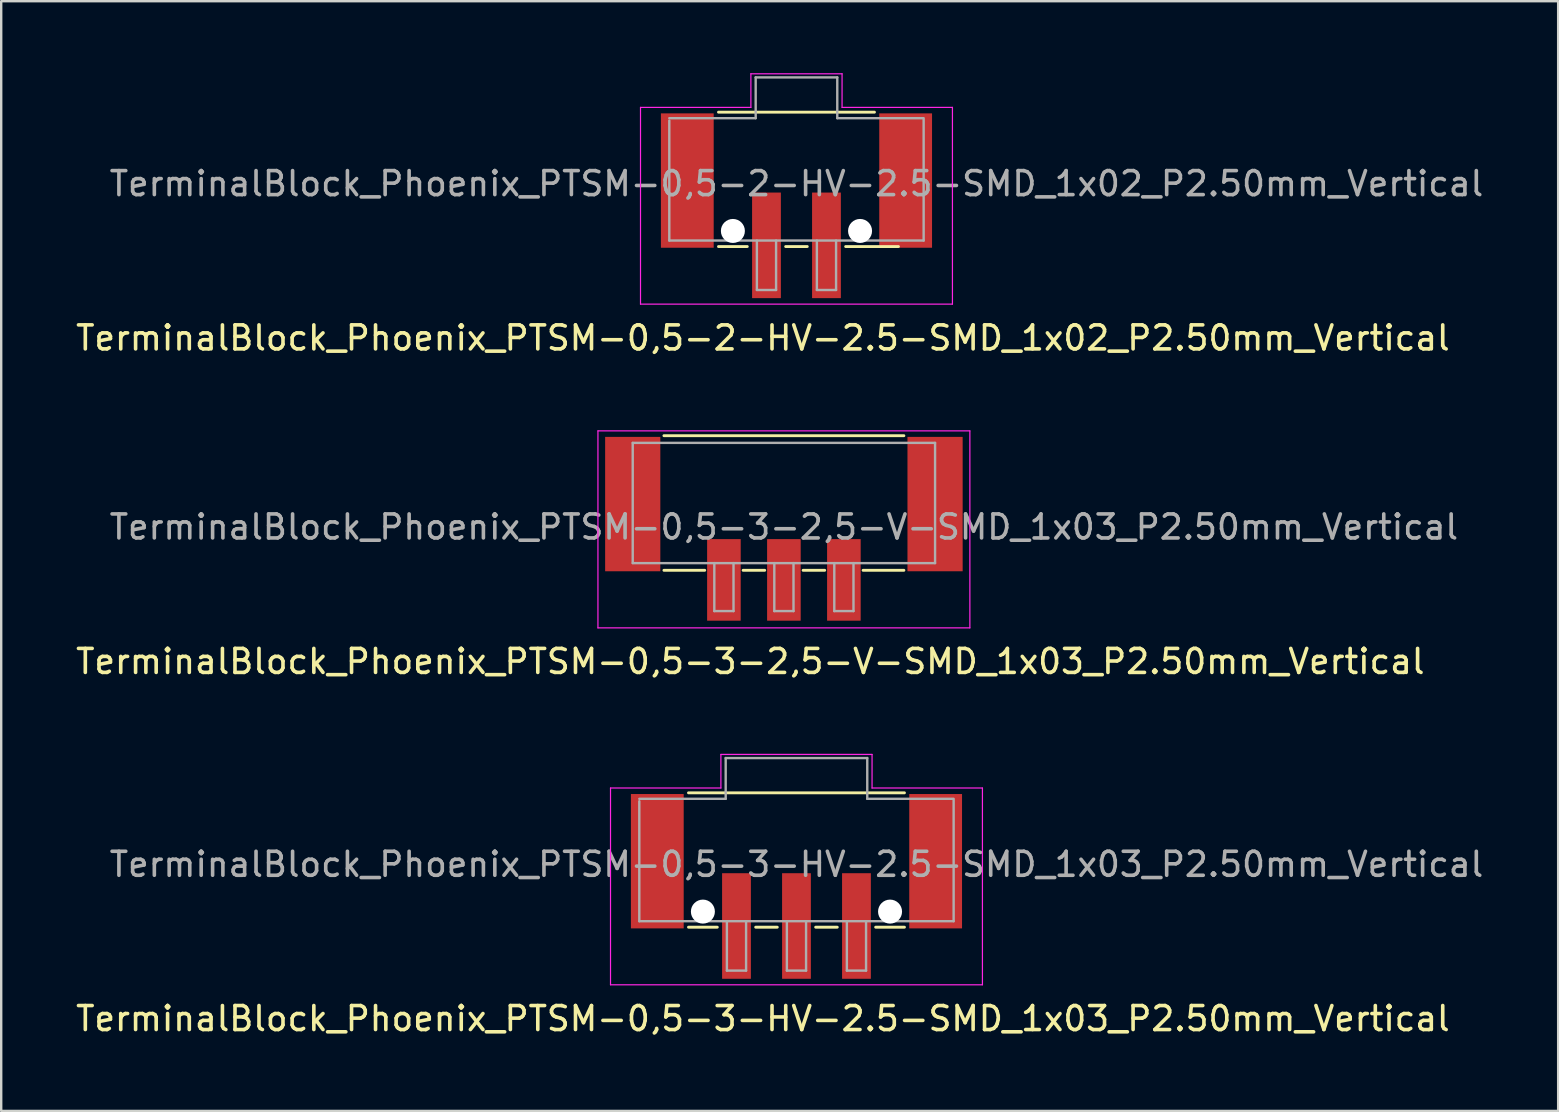
<source format=kicad_pcb>
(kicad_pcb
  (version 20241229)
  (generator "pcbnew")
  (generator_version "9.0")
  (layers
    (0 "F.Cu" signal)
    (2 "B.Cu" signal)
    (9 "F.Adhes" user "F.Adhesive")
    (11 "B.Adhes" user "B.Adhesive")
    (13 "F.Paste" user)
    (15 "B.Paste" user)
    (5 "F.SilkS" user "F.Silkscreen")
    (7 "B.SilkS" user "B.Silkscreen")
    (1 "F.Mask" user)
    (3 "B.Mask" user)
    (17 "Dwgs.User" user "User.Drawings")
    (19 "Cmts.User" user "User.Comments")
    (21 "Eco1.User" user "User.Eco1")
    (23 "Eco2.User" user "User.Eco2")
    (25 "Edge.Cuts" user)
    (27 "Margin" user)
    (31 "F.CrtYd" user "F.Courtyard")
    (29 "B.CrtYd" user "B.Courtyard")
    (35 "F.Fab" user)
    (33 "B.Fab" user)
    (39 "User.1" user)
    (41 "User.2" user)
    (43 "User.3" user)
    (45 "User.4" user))
  (footprint "TerminalBlock_Phoenix_PTSM-0,5-3-2,5-V-SMD_1x03_P2.50mm_Vertical"
    (layer "F.Cu")
    (at 29.62 18.988)
    (property "Reference" "TerminalBlock_Phoenix_PTSM-0,5-3-2,5-V-SMD_1x03_P2.50mm_Vertical" (at -1.4 5.53 0) (layer "F.SilkS") (effects (font (size 1 1) (thickness 0.15))))
    (attr smd)
    (fp_line (start -5 -3.88) (end 5 -3.88) (stroke (width 0.12) (type solid)) (layer "F.SilkS"))
    (fp_line (start -3.3 1.73) (end -5 1.73) (stroke (width 0.12) (type solid)) (layer "F.SilkS"))
    (fp_line (start -0.8 1.73) (end -1.7 1.73) (stroke (width 0.12) (type solid)) (layer "F.SilkS"))
    (fp_line (start 1.7 1.73) (end 0.8 1.73) (stroke (width 0.12) (type solid)) (layer "F.SilkS"))
    (fp_line (start 5 1.73) (end 3.3 1.73) (stroke (width 0.12) (type solid)) (layer "F.SilkS"))
    (fp_line (start -7.75 -4.08) (end 7.75 -4.08) (stroke (width 0.05) (type solid)) (layer "F.CrtYd"))
    (fp_line (start -7.75 4.13) (end -7.75 -4.08) (stroke (width 0.05) (type solid)) (layer "F.CrtYd"))
    (fp_line (start 7.75 -4.08) (end 7.75 4.13) (stroke (width 0.05) (type solid)) (layer "F.CrtYd"))
    (fp_line (start 7.75 4.13) (end -7.75 4.13) (stroke (width 0.05) (type solid)) (layer "F.CrtYd"))
    (fp_line (start -6.3 -3.58) (end 6.3 -3.58) (stroke (width 0.1) (type solid)) (layer "F.Fab"))
    (fp_line (start -6.3 1.43) (end -6.3 -3.58) (stroke (width 0.1) (type solid)) (layer "F.Fab"))
    (fp_line (start -2.9 1.43) (end -2.9 3.43) (stroke (width 0.1) (type solid)) (layer "F.Fab"))
    (fp_line (start -2.9 3.43) (end -2.1 3.43) (stroke (width 0.1) (type solid)) (layer "F.Fab"))
    (fp_line (start -2.1 1.43) (end -2.1 3.43) (stroke (width 0.1) (type solid)) (layer "F.Fab"))
    (fp_line (start -0.4 1.43) (end -0.4 3.43) (stroke (width 0.1) (type solid)) (layer "F.Fab"))
    (fp_line (start -0.4 3.43) (end 0.4 3.43) (stroke (width 0.1) (type solid)) (layer "F.Fab"))
    (fp_line (start 0.4 1.43) (end 0.4 3.43) (stroke (width 0.1) (type solid)) (layer "F.Fab"))
    (fp_line (start 2.1 1.43) (end 2.1 3.43) (stroke (width 0.1) (type solid)) (layer "F.Fab"))
    (fp_line (start 2.1 3.43) (end 2.9 3.43) (stroke (width 0.1) (type solid)) (layer "F.Fab"))
    (fp_line (start 2.9 1.43) (end 2.9 3.43) (stroke (width 0.1) (type solid)) (layer "F.Fab"))
    (fp_line (start 6.3 1.43) (end -6.3 1.43) (stroke (width 0.1) (type solid)) (layer "F.Fab"))
    (fp_line (start 6.3 1.43) (end 6.3 -3.58) (stroke (width 0.1) (type solid)) (layer "F.Fab"))
    (fp_text user "${REFERENCE}" (at 0 -0.075 0) (layer "F.Fab") (effects (font (size 1 1) (thickness 0.15))))
    (pad "1" smd rect (at -2.5 2.13 180) (size 1.4 3.4) (layers "F.Cu" "F.Mask" "F.Paste"))
    (pad "2" smd rect (at 0 2.13 180) (size 1.4 3.4) (layers "F.Cu" "F.Mask" "F.Paste"))
    (pad "3" smd rect (at 2.5 2.13 180) (size 1.4 3.4) (layers "F.Cu" "F.Mask" "F.Paste"))
    (pad "MP" smd rect (at -6.3 -1.03 180) (size 2.3 5.6) (layers "F.Cu" "F.Mask" "F.Paste"))
    (pad "MP" smd rect (at 6.3 -1.03 180) (size 2.3 5.6) (layers "F.Cu" "F.Mask" "F.Paste")))
  (footprint "TerminalBlock_Phoenix_PTSM-0,5-2-HV-2.5-SMD_1x02_P2.50mm_Vertical"
    (layer "F.Cu")
    (at 30.144 5.525)
    (property "Reference" "TerminalBlock_Phoenix_PTSM-0,5-2-HV-2.5-SMD_1x02_P2.50mm_Vertical" (at -1.4 5.51 0) (layer "F.SilkS") (effects (font (size 1 1) (thickness 0.15))))
    (attr smd)
    (fp_line (start -3.25 -3.9) (end 3.25 -3.9) (stroke (width 0.12) (type solid)) (layer "F.SilkS"))
    (fp_line (start -2.05 1.7) (end -3.25 1.7) (stroke (width 0.12) (type solid)) (layer "F.SilkS"))
    (fp_line (start 0.45 1.7) (end -0.45 1.7) (stroke (width 0.12) (type solid)) (layer "F.SilkS"))
    (fp_line (start 4.25 1.7) (end 2.05 1.7) (stroke (width 0.12) (type solid)) (layer "F.SilkS"))
    (fp_line (start -6.5 -4.1) (end -1.9 -4.1) (stroke (width 0.05) (type solid)) (layer "F.CrtYd"))
    (fp_line (start -6.5 4.1) (end -6.5 -4.1) (stroke (width 0.05) (type solid)) (layer "F.CrtYd"))
    (fp_line (start -1.9 -5.5) (end 1.9 -5.5) (stroke (width 0.05) (type solid)) (layer "F.CrtYd"))
    (fp_line (start -1.9 -4.1) (end -1.9 -5.5) (stroke (width 0.05) (type solid)) (layer "F.CrtYd"))
    (fp_line (start 1.9 -4.1) (end 1.9 -5.5) (stroke (width 0.05) (type solid)) (layer "F.CrtYd"))
    (fp_line (start 6.5 -4.1) (end 1.9 -4.1) (stroke (width 0.05) (type solid)) (layer "F.CrtYd"))
    (fp_line (start 6.5 -4.1) (end 6.5 4.1) (stroke (width 0.05) (type solid)) (layer "F.CrtYd"))
    (fp_line (start 6.5 4.1) (end -6.5 4.1) (stroke (width 0.05) (type solid)) (layer "F.CrtYd"))
    (fp_line (start -5.3 -3.65) (end -1.7 -3.65) (stroke (width 0.1) (type solid)) (layer "F.Fab"))
    (fp_line (start -5.3 1.45) (end -5.3 -3.55) (stroke (width 0.1) (type solid)) (layer "F.Fab"))
    (fp_line (start -1.7 -5.35) (end 1.7 -5.35) (stroke (width 0.1) (type solid)) (layer "F.Fab"))
    (fp_line (start -1.7 -3.65) (end -1.7 -5.35) (stroke (width 0.1) (type solid)) (layer "F.Fab"))
    (fp_line (start -1.65 1.45) (end -1.65 3.51) (stroke (width 0.1) (type solid)) (layer "F.Fab"))
    (fp_line (start -1.65 3.51) (end -0.85 3.51) (stroke (width 0.1) (type solid)) (layer "F.Fab"))
    (fp_line (start -0.85 1.45) (end -0.85 3.51) (stroke (width 0.1) (type solid)) (layer "F.Fab"))
    (fp_line (start 0.85 1.45) (end 0.85 3.51) (stroke (width 0.1) (type solid)) (layer "F.Fab"))
    (fp_line (start 0.85 3.51) (end 1.65 3.51) (stroke (width 0.1) (type solid)) (layer "F.Fab"))
    (fp_line (start 1.65 1.45) (end 1.65 3.51) (stroke (width 0.1) (type solid)) (layer "F.Fab"))
    (fp_line (start 1.7 -5.35) (end 1.7 -3.65) (stroke (width 0.1) (type solid)) (layer "F.Fab"))
    (fp_line (start 1.7 -3.65) (end 5.3 -3.65) (stroke (width 0.1) (type solid)) (layer "F.Fab"))
    (fp_line (start 5.3 1.45) (end -5.3 1.45) (stroke (width 0.1) (type solid)) (layer "F.Fab"))
    (fp_line (start 5.3 1.45) (end 5.3 -3.6) (stroke (width 0.1) (type solid)) (layer "F.Fab"))
    (fp_text user "${REFERENCE}" (at 0 -0.92 0) (layer "F.Fab") (effects (font (size 1 1) (thickness 0.15))))
    (pad "" np_thru_hole circle (at -2.65 1.05) (size 1 1) (drill 1) (layers "*.Cu" "*.Mask"))
    (pad "" np_thru_hole circle (at 2.65 1.05) (size 1 1) (drill 1) (layers "*.Cu" "*.Mask"))
    (pad "1" smd rect (at -1.25 1.65 180) (size 1.2 4.4) (layers "F.Cu" "F.Mask" "F.Paste"))
    (pad "2" smd rect (at 1.25 1.65 180) (size 1.2 4.4) (layers "F.Cu" "F.Mask" "F.Paste"))
    (pad "MP" smd rect (at -4.55 -1.05 180) (size 2.2 5.6) (layers "F.Cu" "F.Mask" "F.Paste"))
    (pad "MP" smd rect (at 4.55 -1.05 180) (size 2.2 5.6) (layers "F.Cu" "F.Mask" "F.Paste")))
  (footprint "TerminalBlock_Phoenix_PTSM-0,5-3-HV-2.5-SMD_1x03_P2.50mm_Vertical"
    (layer "F.Cu")
    (at 30.144 33.892)
    (property "Reference" "TerminalBlock_Phoenix_PTSM-0,5-3-HV-2.5-SMD_1x03_P2.50mm_Vertical" (at -1.4 5.51 0) (layer "F.SilkS") (effects (font (size 1 1) (thickness 0.15))))
    (attr smd)
    (fp_line (start -4.5 -3.9) (end 4.5 -3.9) (stroke (width 0.12) (type solid)) (layer "F.SilkS"))
    (fp_line (start -3.3 1.7) (end -4.5 1.7) (stroke (width 0.12) (type solid)) (layer "F.SilkS"))
    (fp_line (start -0.8 1.7) (end -1.7 1.7) (stroke (width 0.12) (type solid)) (layer "F.SilkS"))
    (fp_line (start 1.7 1.7) (end 0.8 1.7) (stroke (width 0.12) (type solid)) (layer "F.SilkS"))
    (fp_line (start 4.5 1.7) (end 3.3 1.7) (stroke (width 0.12) (type solid)) (layer "F.SilkS"))
    (fp_line (start -7.75 -4.1) (end -3.15 -4.1) (stroke (width 0.05) (type solid)) (layer "F.CrtYd"))
    (fp_line (start -7.75 4.1) (end -7.75 -4.1) (stroke (width 0.05) (type solid)) (layer "F.CrtYd"))
    (fp_line (start -3.15 -5.5) (end 3.15 -5.5) (stroke (width 0.05) (type solid)) (layer "F.CrtYd"))
    (fp_line (start -3.15 -4.1) (end -3.15 -5.5) (stroke (width 0.05) (type solid)) (layer "F.CrtYd"))
    (fp_line (start 3.15 -4.1) (end 3.15 -5.5) (stroke (width 0.05) (type solid)) (layer "F.CrtYd"))
    (fp_line (start 7.75 -4.1) (end 3.15 -4.1) (stroke (width 0.05) (type solid)) (layer "F.CrtYd"))
    (fp_line (start 7.75 -4.1) (end 7.75 4.1) (stroke (width 0.05) (type solid)) (layer "F.CrtYd"))
    (fp_line (start 7.75 4.1) (end -7.75 4.1) (stroke (width 0.05) (type solid)) (layer "F.CrtYd"))
    (fp_line (start -6.55 -3.65) (end -2.95 -3.65) (stroke (width 0.1) (type solid)) (layer "F.Fab"))
    (fp_line (start -6.55 1.45) (end -6.55 -3.55) (stroke (width 0.1) (type solid)) (layer "F.Fab"))
    (fp_line (start -2.95 -5.35) (end 2.95 -5.35) (stroke (width 0.1) (type solid)) (layer "F.Fab"))
    (fp_line (start -2.95 -3.65) (end -2.95 -5.35) (stroke (width 0.1) (type solid)) (layer "F.Fab"))
    (fp_line (start -2.9 1.45) (end -2.9 3.51) (stroke (width 0.1) (type solid)) (layer "F.Fab"))
    (fp_line (start -2.9 3.51) (end -2.1 3.51) (stroke (width 0.1) (type solid)) (layer "F.Fab"))
    (fp_line (start -2.1 1.45) (end -2.1 3.51) (stroke (width 0.1) (type solid)) (layer "F.Fab"))
    (fp_line (start -0.4 1.45) (end -0.4 3.51) (stroke (width 0.1) (type solid)) (layer "F.Fab"))
    (fp_line (start -0.4 3.51) (end 0.4 3.51) (stroke (width 0.1) (type solid)) (layer "F.Fab"))
    (fp_line (start 0.4 1.45) (end 0.4 3.51) (stroke (width 0.1) (type solid)) (layer "F.Fab"))
    (fp_line (start 2.1 1.45) (end 2.1 3.51) (stroke (width 0.1) (type solid)) (layer "F.Fab"))
    (fp_line (start 2.1 3.51) (end 2.9 3.51) (stroke (width 0.1) (type solid)) (layer "F.Fab"))
    (fp_line (start 2.9 1.45) (end 2.9 3.51) (stroke (width 0.1) (type solid)) (layer "F.Fab"))
    (fp_line (start 2.95 -5.35) (end 2.95 -3.65) (stroke (width 0.1) (type solid)) (layer "F.Fab"))
    (fp_line (start 2.95 -3.65) (end 6.55 -3.65) (stroke (width 0.1) (type solid)) (layer "F.Fab"))
    (fp_line (start 6.55 1.45) (end -6.55 1.45) (stroke (width 0.1) (type solid)) (layer "F.Fab"))
    (fp_line (start 6.55 1.45) (end 6.55 -3.6) (stroke (width 0.1) (type solid)) (layer "F.Fab"))
    (fp_text user "${REFERENCE}" (at 0 -0.92 0) (layer "F.Fab") (effects (font (size 1 1) (thickness 0.15))))
    (pad "" np_thru_hole circle (at -3.9 1.05) (size 1 1) (drill 1) (layers "*.Cu" "*.Mask"))
    (pad "" np_thru_hole circle (at 3.9 1.05) (size 1 1) (drill 1) (layers "*.Cu" "*.Mask"))
    (pad "1" smd rect (at -2.5 1.65 180) (size 1.2 4.4) (layers "F.Cu" "F.Mask" "F.Paste"))
    (pad "2" smd rect (at 0 1.65 180) (size 1.2 4.4) (layers "F.Cu" "F.Mask" "F.Paste"))
    (pad "3" smd rect (at 2.5 1.65 180) (size 1.2 4.4) (layers "F.Cu" "F.Mask" "F.Paste"))
    (pad "MP" smd rect (at -5.8 -1.05 180) (size 2.2 5.6) (layers "F.Cu" "F.Mask" "F.Paste"))
    (pad "MP" smd rect (at 5.8 -1.05 180) (size 2.2 5.6) (layers "F.Cu" "F.Mask" "F.Paste")))
  (gr_rect
    (start -3 -3)
    (end 61.888 43.25)
    (stroke (width 0.1) (type default))
    (fill no)
    (layer "Edge.Cuts")))
</source>
